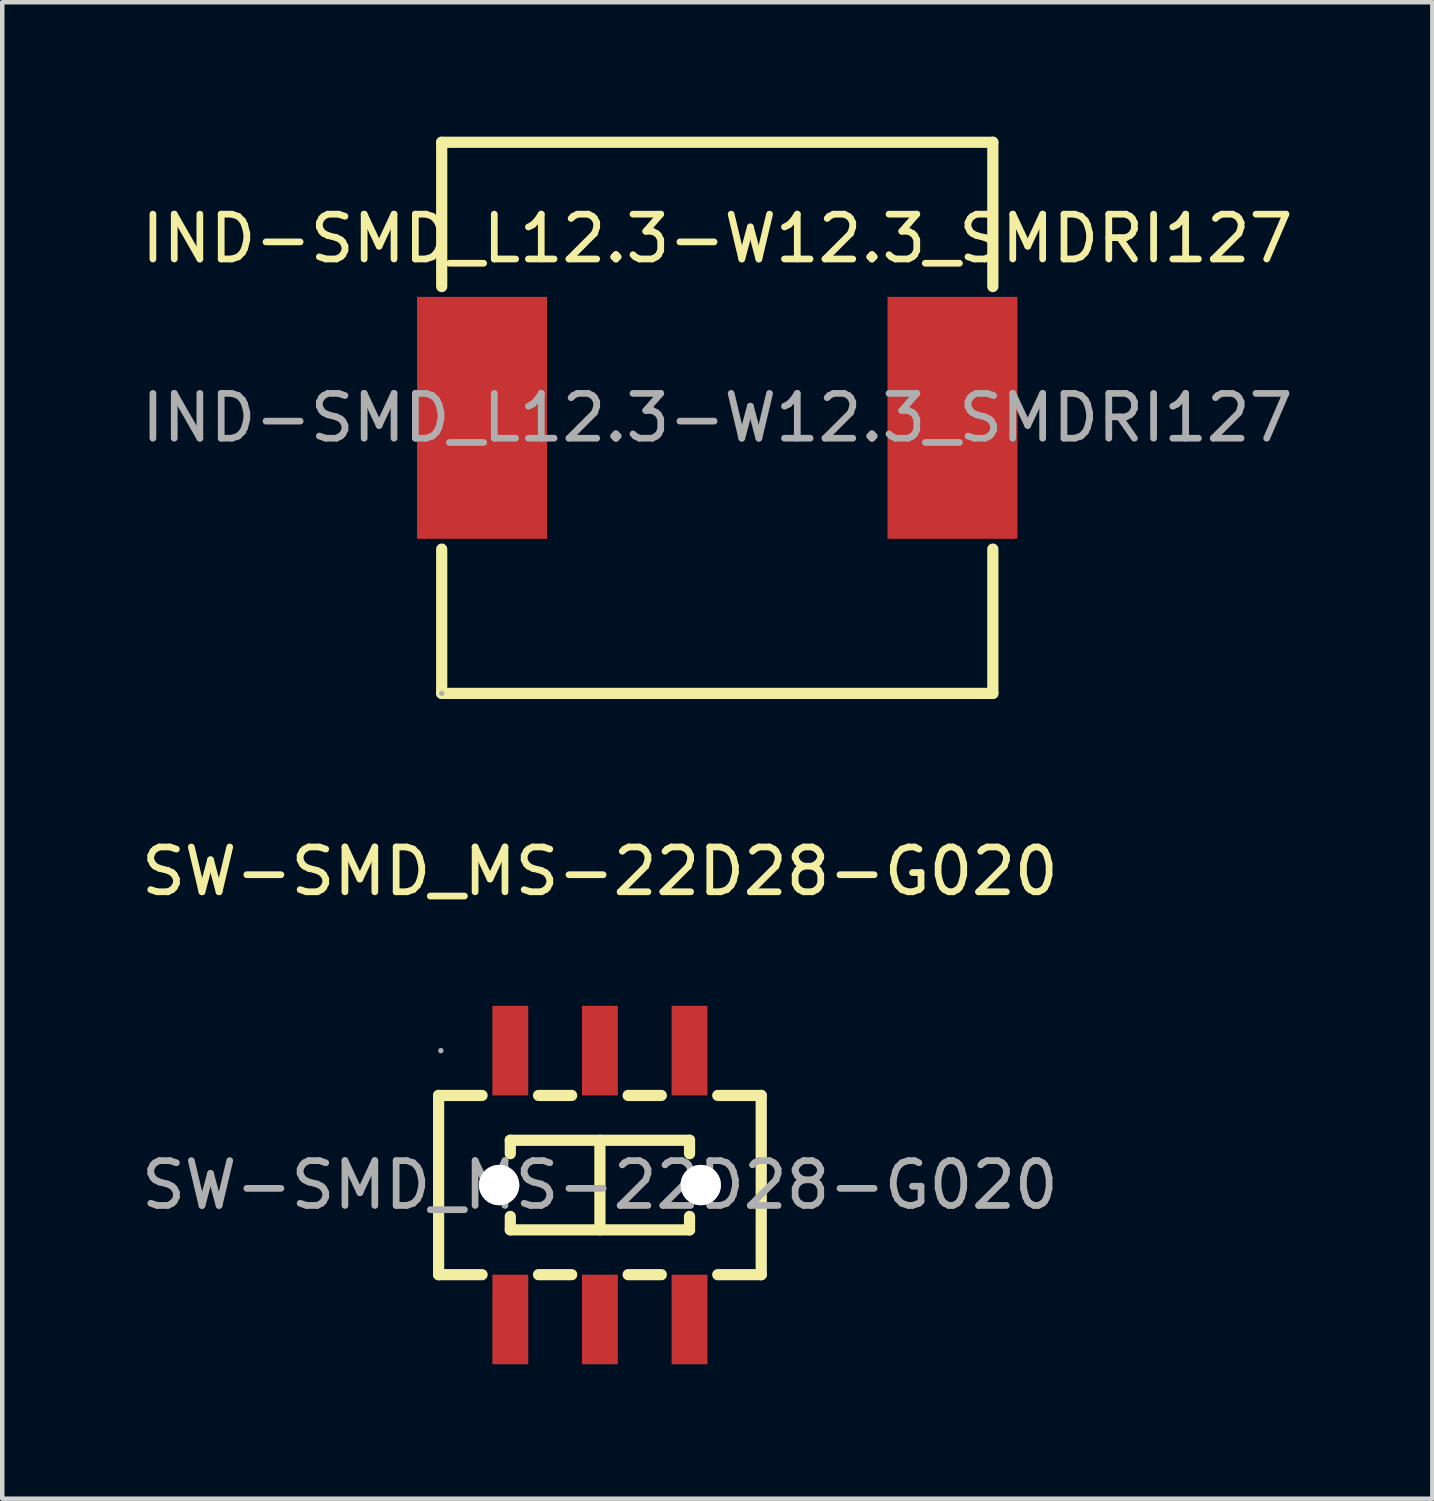
<source format=kicad_pcb>
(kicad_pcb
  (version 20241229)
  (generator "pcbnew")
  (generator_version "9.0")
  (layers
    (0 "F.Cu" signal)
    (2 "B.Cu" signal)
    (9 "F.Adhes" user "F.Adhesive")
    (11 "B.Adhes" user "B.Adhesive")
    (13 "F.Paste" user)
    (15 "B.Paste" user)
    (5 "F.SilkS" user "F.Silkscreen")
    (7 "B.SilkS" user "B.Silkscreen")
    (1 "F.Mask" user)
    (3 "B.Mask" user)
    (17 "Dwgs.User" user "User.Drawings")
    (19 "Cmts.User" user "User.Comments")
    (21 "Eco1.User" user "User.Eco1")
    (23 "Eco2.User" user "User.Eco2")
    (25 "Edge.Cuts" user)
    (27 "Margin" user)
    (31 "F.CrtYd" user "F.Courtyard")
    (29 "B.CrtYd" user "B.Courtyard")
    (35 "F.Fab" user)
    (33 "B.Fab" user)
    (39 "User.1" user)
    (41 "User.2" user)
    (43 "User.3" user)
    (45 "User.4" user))
  (footprint "IND-SMD_L12.3-W12.3_SMDRI127"
    (layer "F.Cu")
    (at 12.958 6.275)
    (property "Reference" "IND-SMD_L12.3-W12.3_SMDRI127" (at 0 -4 0) (layer "F.SilkS") (effects (font (size 1 1) (thickness 0.15))))
    (attr smd)
    (fp_line (start -6.15 -6.15) (end -6.15 -2.93) (stroke (width 0.25) (type solid)) (layer "F.SilkS"))
    (fp_line (start -6.15 -6.15) (end 6.15 -6.15) (stroke (width 0.25) (type solid)) (layer "F.SilkS"))
    (fp_line (start -6.15 2.93) (end -6.15 6.15) (stroke (width 0.25) (type solid)) (layer "F.SilkS"))
    (fp_line (start -6.15 6.15) (end 6.15 6.15) (stroke (width 0.25) (type solid)) (layer "F.SilkS"))
    (fp_line (start 6.15 -2.93) (end 6.15 -6.15) (stroke (width 0.25) (type solid)) (layer "F.SilkS"))
    (fp_line (start 6.15 6.15) (end 6.15 2.93) (stroke (width 0.25) (type solid)) (layer "F.SilkS"))
    (fp_circle (center -6.15 6.15) (end -6.12 6.15) (stroke (width 0.06) (type solid)) (fill no) (layer "F.Fab"))
    (fp_text user "${REFERENCE}" (at 0 0 0) (layer "F.Fab") (effects (font (size 1 1) (thickness 0.15))))
    (pad "1" smd rect (at -5.25 0) (size 2.9 5.4) (layers "F.Cu" "F.Mask" "F.Paste"))
    (pad "2" smd rect (at 5.25 0) (size 2.9 5.4) (layers "F.Cu" "F.Mask" "F.Paste")))
  (footprint "SW-SMD_MS-22D28-G020"
    (layer "F.Cu")
    (at 10.339 23.398)
    (property "Reference" "SW-SMD_MS-22D28-G020" (at 0 -7 0) (layer "F.SilkS") (effects (font (size 1 1) (thickness 0.15))))
    (attr smd)
    (fp_line (start -3.6 -2) (end -3.6 2) (stroke (width 0.25) (type solid)) (layer "F.SilkS"))
    (fp_line (start -3.6 -2) (end -2.63 -2) (stroke (width 0.25) (type solid)) (layer "F.SilkS"))
    (fp_line (start -3.6 2) (end -2.63 2) (stroke (width 0.25) (type solid)) (layer "F.SilkS"))
    (fp_line (start -2 -1) (end 2 -1) (stroke (width 0.25) (type solid)) (layer "F.SilkS"))
    (fp_line (start -2 -0.7) (end -2 -1) (stroke (width 0.25) (type solid)) (layer "F.SilkS"))
    (fp_line (start -2 1) (end -2 0.7) (stroke (width 0.25) (type solid)) (layer "F.SilkS"))
    (fp_line (start -1.37 -2) (end -0.63 -2) (stroke (width 0.25) (type solid)) (layer "F.SilkS"))
    (fp_line (start -1.37 2) (end -0.63 2) (stroke (width 0.25) (type solid)) (layer "F.SilkS"))
    (fp_line (start 0 -1) (end 0 1) (stroke (width 0.25) (type solid)) (layer "F.SilkS"))
    (fp_line (start 0.63 -2) (end 1.37 -2) (stroke (width 0.25) (type solid)) (layer "F.SilkS"))
    (fp_line (start 0.63 2) (end 1.37 2) (stroke (width 0.25) (type solid)) (layer "F.SilkS"))
    (fp_line (start 2 -1) (end 2 -0.7) (stroke (width 0.25) (type solid)) (layer "F.SilkS"))
    (fp_line (start 2 0.7) (end 2 1) (stroke (width 0.25) (type solid)) (layer "F.SilkS"))
    (fp_line (start 2 1) (end -2 1) (stroke (width 0.25) (type solid)) (layer "F.SilkS"))
    (fp_line (start 2.63 -2) (end 3.6 -2) (stroke (width 0.25) (type solid)) (layer "F.SilkS"))
    (fp_line (start 2.63 2) (end 3.6 2) (stroke (width 0.25) (type solid)) (layer "F.SilkS"))
    (fp_line (start 3.6 -2) (end 3.6 2) (stroke (width 0.25) (type solid)) (layer "F.SilkS"))
    (fp_circle (center -2.25 0) (end -2.07 0) (stroke (width 0.35) (type solid)) (fill no) (layer "Cmts.User"))
    (fp_circle (center 2.25 0) (end 2.43 0) (stroke (width 0.35) (type solid)) (fill no) (layer "Cmts.User"))
    (fp_circle (center -3.55 -3) (end -3.52 -3) (stroke (width 0.06) (type solid)) (fill no) (layer "F.Fab"))
    (fp_text user "${REFERENCE}" (at 0 0 0) (layer "F.Fab") (effects (font (size 1 1) (thickness 0.15))))
    (pad "" thru_hole circle (at -2.25 0) (size 0.9 0.9) (drill 0.9) (layers "*.Cu" "*.Mask"))
    (pad "" thru_hole circle (at 2.25 0) (size 0.9 0.9) (drill 0.9) (layers "*.Cu" "*.Mask"))
    (pad "1" smd rect (at -2 -3 90) (size 2 0.8) (layers "F.Cu" "F.Mask" "F.Paste"))
    (pad "2" smd rect (at 0 -3 90) (size 2 0.8) (layers "F.Cu" "F.Mask" "F.Paste"))
    (pad "3" smd rect (at 2 -3 90) (size 2 0.8) (layers "F.Cu" "F.Mask" "F.Paste"))
    (pad "4" smd rect (at -2 3 90) (size 2 0.8) (layers "F.Cu" "F.Mask" "F.Paste"))
    (pad "5" smd rect (at 0 3 90) (size 2 0.8) (layers "F.Cu" "F.Mask" "F.Paste"))
    (pad "6" smd rect (at 2 3 90) (size 2 0.8) (layers "F.Cu" "F.Mask" "F.Paste")))
  (gr_rect
    (start -3 -3)
    (end 28.917 30.398)
    (stroke (width 0.1) (type default))
    (fill no)
    (layer "Edge.Cuts")))
</source>
